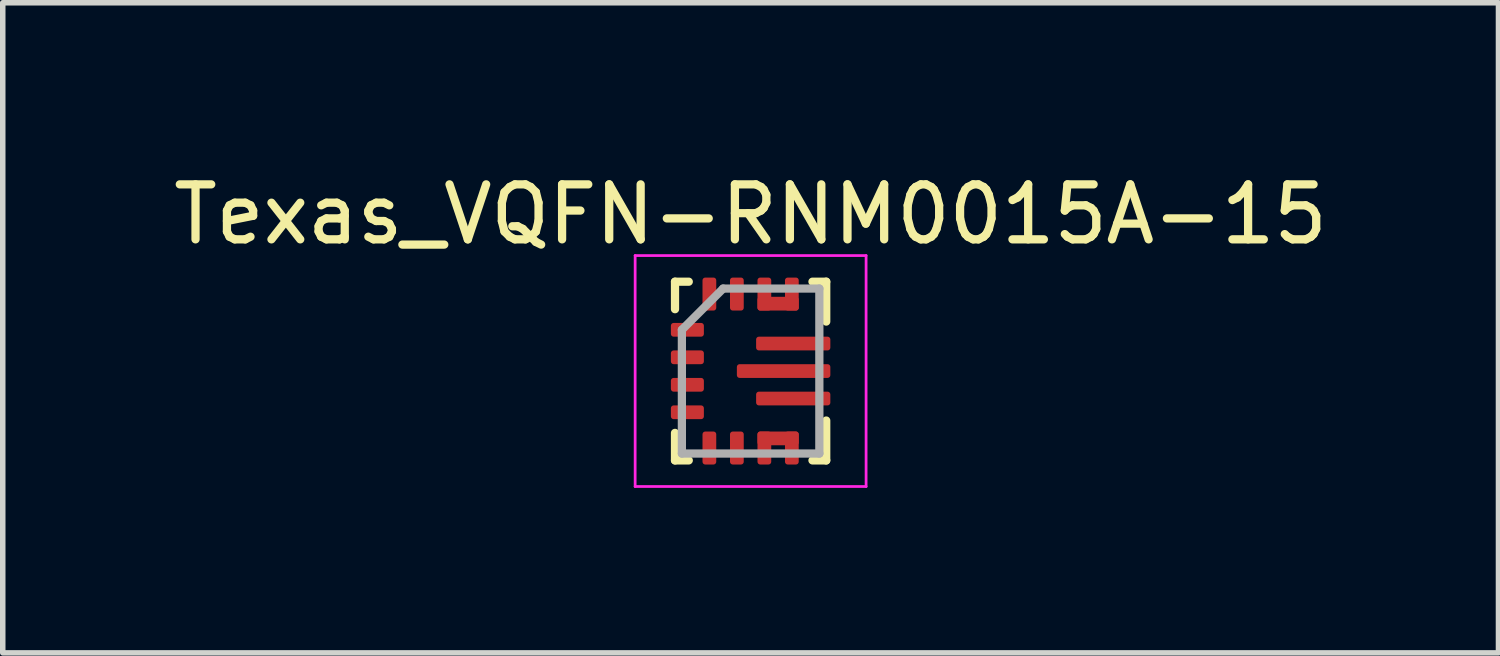
<source format=kicad_pcb>
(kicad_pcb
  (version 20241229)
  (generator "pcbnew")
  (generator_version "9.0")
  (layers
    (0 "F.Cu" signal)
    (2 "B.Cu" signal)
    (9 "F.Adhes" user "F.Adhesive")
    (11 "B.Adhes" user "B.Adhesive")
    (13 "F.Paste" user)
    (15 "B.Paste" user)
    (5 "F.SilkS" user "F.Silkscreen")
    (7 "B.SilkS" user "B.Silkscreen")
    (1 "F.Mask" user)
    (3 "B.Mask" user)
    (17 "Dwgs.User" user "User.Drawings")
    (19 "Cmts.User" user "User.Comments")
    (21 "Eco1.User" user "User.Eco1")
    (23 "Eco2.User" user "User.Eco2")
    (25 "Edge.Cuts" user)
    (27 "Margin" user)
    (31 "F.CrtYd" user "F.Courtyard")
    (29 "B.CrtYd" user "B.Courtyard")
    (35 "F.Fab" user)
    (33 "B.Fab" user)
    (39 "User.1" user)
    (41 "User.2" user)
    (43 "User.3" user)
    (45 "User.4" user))
  (footprint "Texas_VQFN-RNM0015A-15"
    (layer "F.Cu")
    (at 10.601 3.698)
    (property "Reference" "Texas_VQFN-RNM0015A-15" (at 0 -2.85 0) (layer "F.SilkS") (effects (font (size 1 1) (thickness 0.15))))
    (attr smd)
    (fp_line (start -1.375 -1.625) (end -1.375 -1.125) (stroke (width 0.15) (type solid)) (layer "F.SilkS"))
    (fp_line (start -1.375 -1.625) (end -1.125 -1.625) (stroke (width 0.15) (type solid)) (layer "F.SilkS"))
    (fp_line (start -1.375 1.625) (end -1.375 1.125) (stroke (width 0.15) (type solid)) (layer "F.SilkS"))
    (fp_line (start -1.375 1.625) (end -1.125 1.625) (stroke (width 0.15) (type solid)) (layer "F.SilkS"))
    (fp_line (start 1.375 -1.625) (end 1.125 -1.625) (stroke (width 0.15) (type solid)) (layer "F.SilkS"))
    (fp_line (start 1.375 -1.625) (end 1.375 -0.9) (stroke (width 0.15) (type solid)) (layer "F.SilkS"))
    (fp_line (start 1.375 1.625) (end 1.125 1.625) (stroke (width 0.15) (type solid)) (layer "F.SilkS"))
    (fp_line (start 1.375 1.625) (end 1.375 0.9) (stroke (width 0.15) (type solid)) (layer "F.SilkS"))
    (fp_line (start -2.1 -2.1) (end -2.1 2.1) (stroke (width 0.05) (type solid)) (layer "F.CrtYd"))
    (fp_line (start -2.1 -2.1) (end 2.1 -2.1) (stroke (width 0.05) (type solid)) (layer "F.CrtYd"))
    (fp_line (start -2.1 2.1) (end 2.1 2.1) (stroke (width 0.05) (type solid)) (layer "F.CrtYd"))
    (fp_line (start 2.1 -2.1) (end 2.1 2.1) (stroke (width 0.05) (type solid)) (layer "F.CrtYd"))
    (fp_line (start -1.25 -0.75) (end -0.5 -1.5) (stroke (width 0.15) (type solid)) (layer "F.Fab"))
    (fp_line (start -1.25 1.5) (end -1.25 -0.75) (stroke (width 0.15) (type solid)) (layer "F.Fab"))
    (fp_line (start -0.5 -1.5) (end 1.25 -1.5) (stroke (width 0.15) (type solid)) (layer "F.Fab"))
    (fp_line (start 1.25 -1.5) (end 1.25 1.5) (stroke (width 0.15) (type solid)) (layer "F.Fab"))
    (fp_line (start 1.25 1.5) (end -1.25 1.5) (stroke (width 0.15) (type solid)) (layer "F.Fab"))
    (pad "1" smd roundrect (at -1.15 -0.75) (size 0.6 0.25) (layers "F.Cu" "F.Mask" "F.Paste") (roundrect_rratio 0.2))
    (pad "2" smd roundrect (at -1.15 -0.25) (size 0.6 0.25) (layers "F.Cu" "F.Mask" "F.Paste") (roundrect_rratio 0.2))
    (pad "3" smd roundrect (at -1.15 0.25) (size 0.6 0.25) (layers "F.Cu" "F.Mask" "F.Paste") (roundrect_rratio 0.2))
    (pad "4" smd roundrect (at -1.15 0.75) (size 0.6 0.25) (layers "F.Cu" "F.Mask" "F.Paste") (roundrect_rratio 0.2))
    (pad "5" smd roundrect (at -0.75 1.4 90) (size 0.6 0.25) (layers "F.Cu" "F.Mask" "F.Paste") (roundrect_rratio 0.2))
    (pad "6" smd roundrect (at -0.25 1.4 90) (size 0.6 0.25) (layers "F.Cu" "F.Mask" "F.Paste") (roundrect_rratio 0.2))
    (pad "7" smd roundrect (at 0.25 1.4 90) (size 0.6 0.25) (layers "F.Cu" "F.Mask" "F.Paste") (roundrect_rratio 0.2))
    (pad "7" smd roundrect (at 0.5 1.225 90) (size 0.25 0.75) (layers "F.Cu" "F.Mask" "F.Paste") (roundrect_rratio 0.2))
    (pad "8" smd roundrect (at 0.75 1.4 90) (size 0.6 0.25) (layers "F.Cu" "F.Mask" "F.Paste") (roundrect_rratio 0.2))
    (pad "9" smd roundrect (at 0.775 0.5) (size 1.35 0.25) (layers "F.Cu" "F.Mask" "F.Paste") (roundrect_rratio 0.2))
    (pad "10" smd roundrect (at 0.6 0) (size 1.7 0.25) (layers "F.Cu" "F.Mask" "F.Paste") (roundrect_rratio 0.2))
    (pad "11" smd roundrect (at 0.775 -0.5) (size 1.35 0.25) (layers "F.Cu" "F.Mask" "F.Paste") (roundrect_rratio 0.2))
    (pad "12" smd roundrect (at 0.5 -1.225 90) (size 0.25 0.75) (layers "F.Cu" "F.Mask" "F.Paste") (roundrect_rratio 0.2))
    (pad "12" smd roundrect (at 0.75 -1.4 90) (size 0.6 0.25) (layers "F.Cu" "F.Mask" "F.Paste") (roundrect_rratio 0.2))
    (pad "13" smd roundrect (at 0.25 -1.4 90) (size 0.6 0.25) (layers "F.Cu" "F.Mask" "F.Paste") (roundrect_rratio 0.2))
    (pad "14" smd roundrect (at -0.25 -1.4 90) (size 0.6 0.25) (layers "F.Cu" "F.Mask" "F.Paste") (roundrect_rratio 0.2))
    (pad "15" smd roundrect (at -0.75 -1.4 90) (size 0.6 0.25) (layers "F.Cu" "F.Mask" "F.Paste") (roundrect_rratio 0.2)))
  (gr_rect
    (start -3 -3)
    (end 24.202 8.823)
    (stroke (width 0.1) (type default))
    (fill no)
    (layer "Edge.Cuts")))
</source>
